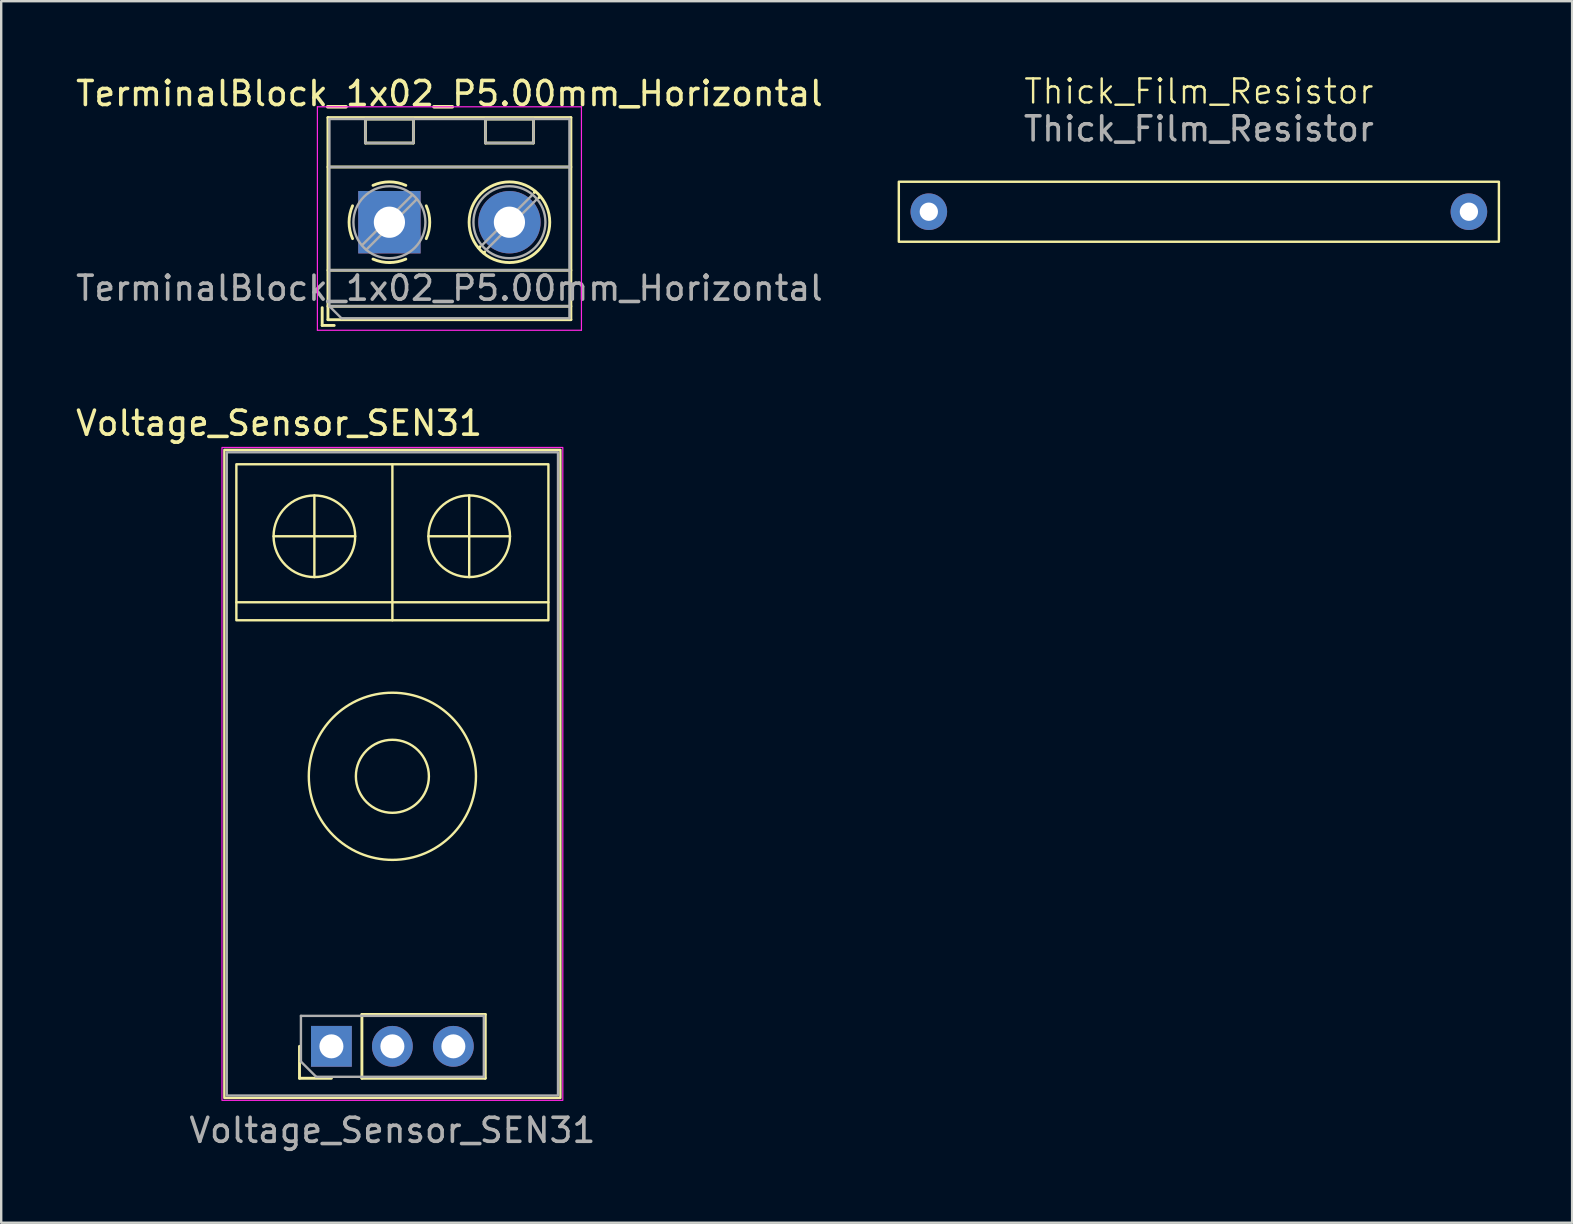
<source format=kicad_pcb>
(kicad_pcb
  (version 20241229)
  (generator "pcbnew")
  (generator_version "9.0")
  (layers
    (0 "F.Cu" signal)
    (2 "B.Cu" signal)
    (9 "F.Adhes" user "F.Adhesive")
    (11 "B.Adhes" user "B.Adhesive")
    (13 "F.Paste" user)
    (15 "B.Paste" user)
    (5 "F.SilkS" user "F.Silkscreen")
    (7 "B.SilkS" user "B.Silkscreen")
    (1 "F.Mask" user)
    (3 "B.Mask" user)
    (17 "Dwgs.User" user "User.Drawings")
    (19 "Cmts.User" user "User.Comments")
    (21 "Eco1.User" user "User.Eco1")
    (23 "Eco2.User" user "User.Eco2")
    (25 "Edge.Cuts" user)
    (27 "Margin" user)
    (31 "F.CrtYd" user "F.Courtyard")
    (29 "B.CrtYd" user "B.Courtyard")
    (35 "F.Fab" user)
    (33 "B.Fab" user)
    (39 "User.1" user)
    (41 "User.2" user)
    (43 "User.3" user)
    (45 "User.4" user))
  (footprint "TerminalBlock_1x02_P5.00mm_Horizontal"
    (layer "F.Cu")
    (at 13.173 6.208)
    (property "Reference" "TerminalBlock_1x02_P5.00mm_Horizontal" (at 2.5 -5.36 0) (layer "F.SilkS") (effects (font (size 1 1) (thickness 0.15))))
    (attr through_hole)
    (fp_line (start -2.8 3.56) (end -2.8 4.3) (stroke (width 0.12) (type solid)) (layer "F.SilkS"))
    (fp_line (start -2.8 4.3) (end -2.3 4.3) (stroke (width 0.12) (type solid)) (layer "F.SilkS"))
    (fp_line (start -2.56 -4.36) (end -2.56 4.06) (stroke (width 0.12) (type solid)) (layer "F.SilkS"))
    (fp_line (start -2.56 -4.36) (end 7.56 -4.36) (stroke (width 0.12) (type solid)) (layer "F.SilkS"))
    (fp_line (start -2.56 -2.301) (end 7.56 -2.301) (stroke (width 0.12) (type solid)) (layer "F.SilkS"))
    (fp_line (start -2.56 2) (end 7.56 2) (stroke (width 0.12) (type solid)) (layer "F.SilkS"))
    (fp_line (start -2.56 3.5) (end 7.56 3.5) (stroke (width 0.12) (type solid)) (layer "F.SilkS"))
    (fp_line (start -2.56 4.06) (end 7.56 4.06) (stroke (width 0.12) (type solid)) (layer "F.SilkS"))
    (fp_line (start -1 -4.3) (end -1 -3.3) (stroke (width 0.12) (type solid)) (layer "F.SilkS"))
    (fp_line (start -1 -4.3) (end 1 -4.3) (stroke (width 0.12) (type solid)) (layer "F.SilkS"))
    (fp_line (start -1 -3.3) (end 1 -3.3) (stroke (width 0.12) (type solid)) (layer "F.SilkS"))
    (fp_line (start 1 -4.3) (end 1 -3.3) (stroke (width 0.12) (type solid)) (layer "F.SilkS"))
    (fp_line (start 3.773 1.023) (end 3.726 1.069) (stroke (width 0.12) (type solid)) (layer "F.SilkS"))
    (fp_line (start 3.966 1.239) (end 3.931 1.274) (stroke (width 0.12) (type solid)) (layer "F.SilkS"))
    (fp_line (start 4 -4.3) (end 4 -3.3) (stroke (width 0.12) (type solid)) (layer "F.SilkS"))
    (fp_line (start 4 -4.3) (end 6 -4.3) (stroke (width 0.12) (type solid)) (layer "F.SilkS"))
    (fp_line (start 4 -3.3) (end 6 -3.3) (stroke (width 0.12) (type solid)) (layer "F.SilkS"))
    (fp_line (start 6 -4.3) (end 6 -3.3) (stroke (width 0.12) (type solid)) (layer "F.SilkS"))
    (fp_line (start 6.07 -1.275) (end 6.035 -1.239) (stroke (width 0.12) (type solid)) (layer "F.SilkS"))
    (fp_line (start 6.275 -1.069) (end 6.228 -1.023) (stroke (width 0.12) (type solid)) (layer "F.SilkS"))
    (fp_line (start 7.56 -4.36) (end 7.56 4.06) (stroke (width 0.12) (type solid)) (layer "F.SilkS"))
    (fp_arc (start -1.535427 0.683042) (mid -1.680501 -0.000524) (end -1.535 -0.684) (stroke (width 0.12) (type solid)) (layer "F.SilkS"))
    (fp_arc (start -0.683042 -1.535427) (mid 0.000524 -1.680501) (end 0.684 -1.535) (stroke (width 0.12) (type solid)) (layer "F.SilkS"))
    (fp_arc (start 0.028805 1.680253) (mid -0.335551 1.646659) (end -0.684 1.535) (stroke (width 0.12) (type solid)) (layer "F.SilkS"))
    (fp_arc (start 0.683318 1.534756) (mid 0.349292 1.643288) (end 0 1.68) (stroke (width 0.12) (type solid)) (layer "F.SilkS"))
    (fp_arc (start 1.535427 -0.683042) (mid 1.680501 0.000524) (end 1.535 0.684) (stroke (width 0.12) (type solid)) (layer "F.SilkS"))
    (fp_circle (center 5 0) (end 6.68 0) (stroke (width 0.12) (type solid)) (fill no) (layer "F.SilkS"))
    (fp_line (start -3 -4.81) (end -3 4.5) (stroke (width 0.05) (type solid)) (layer "F.CrtYd"))
    (fp_line (start -3 4.5) (end 8 4.5) (stroke (width 0.05) (type solid)) (layer "F.CrtYd"))
    (fp_line (start 8 -4.81) (end -3 -4.81) (stroke (width 0.05) (type solid)) (layer "F.CrtYd"))
    (fp_line (start 8 4.5) (end 8 -4.81) (stroke (width 0.05) (type solid)) (layer "F.CrtYd"))
    (fp_line (start -2.5 -4.3) (end 7.5 -4.3) (stroke (width 0.1) (type solid)) (layer "F.Fab"))
    (fp_line (start -2.5 -2.3) (end 7.5 -2.3) (stroke (width 0.1) (type solid)) (layer "F.Fab"))
    (fp_line (start -2.5 2) (end 7.5 2) (stroke (width 0.1) (type solid)) (layer "F.Fab"))
    (fp_line (start -2.5 3.5) (end -2.5 -4.3) (stroke (width 0.1) (type solid)) (layer "F.Fab"))
    (fp_line (start -2.5 3.5) (end 7.5 3.5) (stroke (width 0.1) (type solid)) (layer "F.Fab"))
    (fp_line (start -2 4) (end -2.5 3.5) (stroke (width 0.1) (type solid)) (layer "F.Fab"))
    (fp_line (start -1 -4.3) (end -1 -3.3) (stroke (width 0.1) (type solid)) (layer "F.Fab"))
    (fp_line (start -1 -3.3) (end 1 -3.3) (stroke (width 0.1) (type solid)) (layer "F.Fab"))
    (fp_line (start 0.955 -1.138) (end -1.138 0.955) (stroke (width 0.1) (type solid)) (layer "F.Fab"))
    (fp_line (start 1 -4.3) (end -1 -4.3) (stroke (width 0.1) (type solid)) (layer "F.Fab"))
    (fp_line (start 1 -3.3) (end 1 -4.3) (stroke (width 0.1) (type solid)) (layer "F.Fab"))
    (fp_line (start 1.138 -0.955) (end -0.955 1.138) (stroke (width 0.1) (type solid)) (layer "F.Fab"))
    (fp_line (start 4 -4.3) (end 4 -3.3) (stroke (width 0.1) (type solid)) (layer "F.Fab"))
    (fp_line (start 4 -3.3) (end 6 -3.3) (stroke (width 0.1) (type solid)) (layer "F.Fab"))
    (fp_line (start 5.955 -1.138) (end 3.863 0.955) (stroke (width 0.1) (type solid)) (layer "F.Fab"))
    (fp_line (start 6 -4.3) (end 4 -4.3) (stroke (width 0.1) (type solid)) (layer "F.Fab"))
    (fp_line (start 6 -3.3) (end 6 -4.3) (stroke (width 0.1) (type solid)) (layer "F.Fab"))
    (fp_line (start 6.138 -0.955) (end 4.046 1.138) (stroke (width 0.1) (type solid)) (layer "F.Fab"))
    (fp_line (start 7.5 -4.3) (end 7.5 4) (stroke (width 0.1) (type solid)) (layer "F.Fab"))
    (fp_line (start 7.5 4) (end -2 4) (stroke (width 0.1) (type solid)) (layer "F.Fab"))
    (fp_circle (center 0 0) (end 1.5 0) (stroke (width 0.1) (type solid)) (fill no) (layer "F.Fab"))
    (fp_circle (center 5 0) (end 6.5 0) (stroke (width 0.1) (type solid)) (fill no) (layer "F.Fab"))
    (fp_text user "${REFERENCE}" (at 2.5 2.75 0) (layer "F.Fab") (effects (font (size 1 1) (thickness 0.15))))
    (pad "1" thru_hole rect (at 0 0) (size 2.6 2.6) (drill 1.3) (layers "*.Cu" "*.Mask"))
    (pad "2" thru_hole circle (at 5 0) (size 2.6 2.6) (drill 1.3) (layers "*.Cu" "*.Mask")))
  (footprint "Voltage_Sensor_SEN31"
    (layer "F.Cu")
    (at 13.297 29.291)
    (property "Reference" "Voltage_Sensor_SEN31" (at -4.72 -14.71 0) (unlocked yes) (layer "F.SilkS") (effects (font (size 1 1) (thickness 0.15))))
    (attr through_hole)
    (fp_line (start -6.5 -7.25) (end 6.5 -7.25) (stroke (width 0.1) (type default)) (layer "F.SilkS"))
    (fp_line (start -4.95 -10) (end -1.55 -10) (stroke (width 0.1) (type default)) (layer "F.SilkS"))
    (fp_line (start -3.87 12.58) (end -3.87 11.25) (stroke (width 0.12) (type solid)) (layer "F.SilkS"))
    (fp_line (start -3.25 -11.7) (end -3.25 -8.3) (stroke (width 0.1) (type default)) (layer "F.SilkS"))
    (fp_line (start -2.54 12.58) (end -3.87 12.58) (stroke (width 0.12) (type solid)) (layer "F.SilkS"))
    (fp_line (start -1.27 9.92) (end 3.87 9.92) (stroke (width 0.12) (type solid)) (layer "F.SilkS"))
    (fp_line (start -1.27 12.58) (end -1.27 9.92) (stroke (width 0.12) (type solid)) (layer "F.SilkS"))
    (fp_line (start -1.27 12.58) (end 3.87 12.58) (stroke (width 0.12) (type solid)) (layer "F.SilkS"))
    (fp_line (start 0 -13) (end 0 -6.5) (stroke (width 0.1) (type default)) (layer "F.SilkS"))
    (fp_line (start 1.5 -10) (end 4.9 -10) (stroke (width 0.1) (type default)) (layer "F.SilkS"))
    (fp_line (start 3.2 -11.7) (end 3.2 -8.3) (stroke (width 0.1) (type default)) (layer "F.SilkS"))
    (fp_line (start 3.87 12.58) (end 3.87 9.92) (stroke (width 0.12) (type solid)) (layer "F.SilkS"))
    (fp_rect (start -7 -13.6) (end 7 13.4) (stroke (width 0.1) (type default)) (fill no) (layer "F.SilkS"))
    (fp_rect (start -6.5 -13) (end 6.5 -6.5) (stroke (width 0.1) (type default)) (fill no) (layer "F.SilkS"))
    (fp_circle (center -3.25 -10) (end -1.55 -10) (stroke (width 0.1) (type default)) (fill no) (layer "F.SilkS"))
    (fp_circle (center 0 0) (end 1.521 0) (stroke (width 0.1) (type default)) (fill no) (layer "F.SilkS"))
    (fp_circle (center 0 0) (end 3.482 0) (stroke (width 0.1) (type default)) (fill no) (layer "F.SilkS"))
    (fp_circle (center 3.2 -10) (end 4.9 -10) (stroke (width 0.1) (type default)) (fill no) (layer "F.SilkS"))
    (fp_rect (start -7.1 -13.7) (end 7.1 13.5) (stroke (width 0.05) (type default)) (fill no) (layer "F.CrtYd"))
    (fp_line (start -3.81 9.98) (end 3.81 9.98) (stroke (width 0.1) (type solid)) (layer "F.Fab"))
    (fp_line (start -3.81 11.885) (end -3.81 9.98) (stroke (width 0.1) (type solid)) (layer "F.Fab"))
    (fp_line (start -3.175 12.52) (end -3.81 11.885) (stroke (width 0.1) (type solid)) (layer "F.Fab"))
    (fp_line (start 3.81 9.98) (end 3.81 12.52) (stroke (width 0.1) (type solid)) (layer "F.Fab"))
    (fp_line (start 3.81 12.52) (end -3.175 12.52) (stroke (width 0.1) (type solid)) (layer "F.Fab"))
    (fp_rect (start -6.9 -13.5) (end 6.9 13.3) (stroke (width 0.1) (type default)) (fill no) (layer "F.Fab"))
    (fp_text user "${REFERENCE}" (at 0 14.75 0) (unlocked yes) (layer "F.Fab") (effects (font (size 1 1) (thickness 0.15))))
    (pad "1" thru_hole rect (at -2.54 11.25 90) (size 1.7 1.7) (drill 1) (layers "*.Cu" "*.Mask"))
    (pad "2" thru_hole oval (at 0 11.25 90) (size 1.7 1.7) (drill 1) (layers "*.Cu" "*.Mask"))
    (pad "3" thru_hole oval (at 2.54 11.25 90) (size 1.7 1.7) (drill 1) (layers "*.Cu" "*.Mask")))
  (footprint "Thick_Film_Resistor"
    (layer "F.Cu")
    (at 46.855 5.83)
    (property "Reference" "Thick_Film_Resistor" (at 0.04 -5.07 0) (unlocked yes) (layer "F.SilkS") (effects (font (size 1 1) (thickness 0.1))))
    (attr through_hole)
    (fp_rect (start -12.46 -1.31) (end 12.54 1.19) (stroke (width 0.1) (type default)) (fill no) (layer "F.SilkS"))
    (fp_text user "${REFERENCE}" (at 0.04 -3.51 0) (unlocked yes) (layer "F.Fab") (effects (font (size 1 1) (thickness 0.15))))
    (pad "1" thru_hole circle (at -11.21 -0.06) (size 1.524 1.524) (drill 0.762) (layers "*.Cu" "*.Mask"))
    (pad "2" thru_hole circle (at 11.29 -0.06) (size 1.524 1.524) (drill 0.762) (layers "*.Cu" "*.Mask")))
  (gr_rect
    (start -3 -3)
    (end 62.445 47.89)
    (stroke (width 0.1) (type default))
    (fill no)
    (layer "Edge.Cuts")))
</source>
